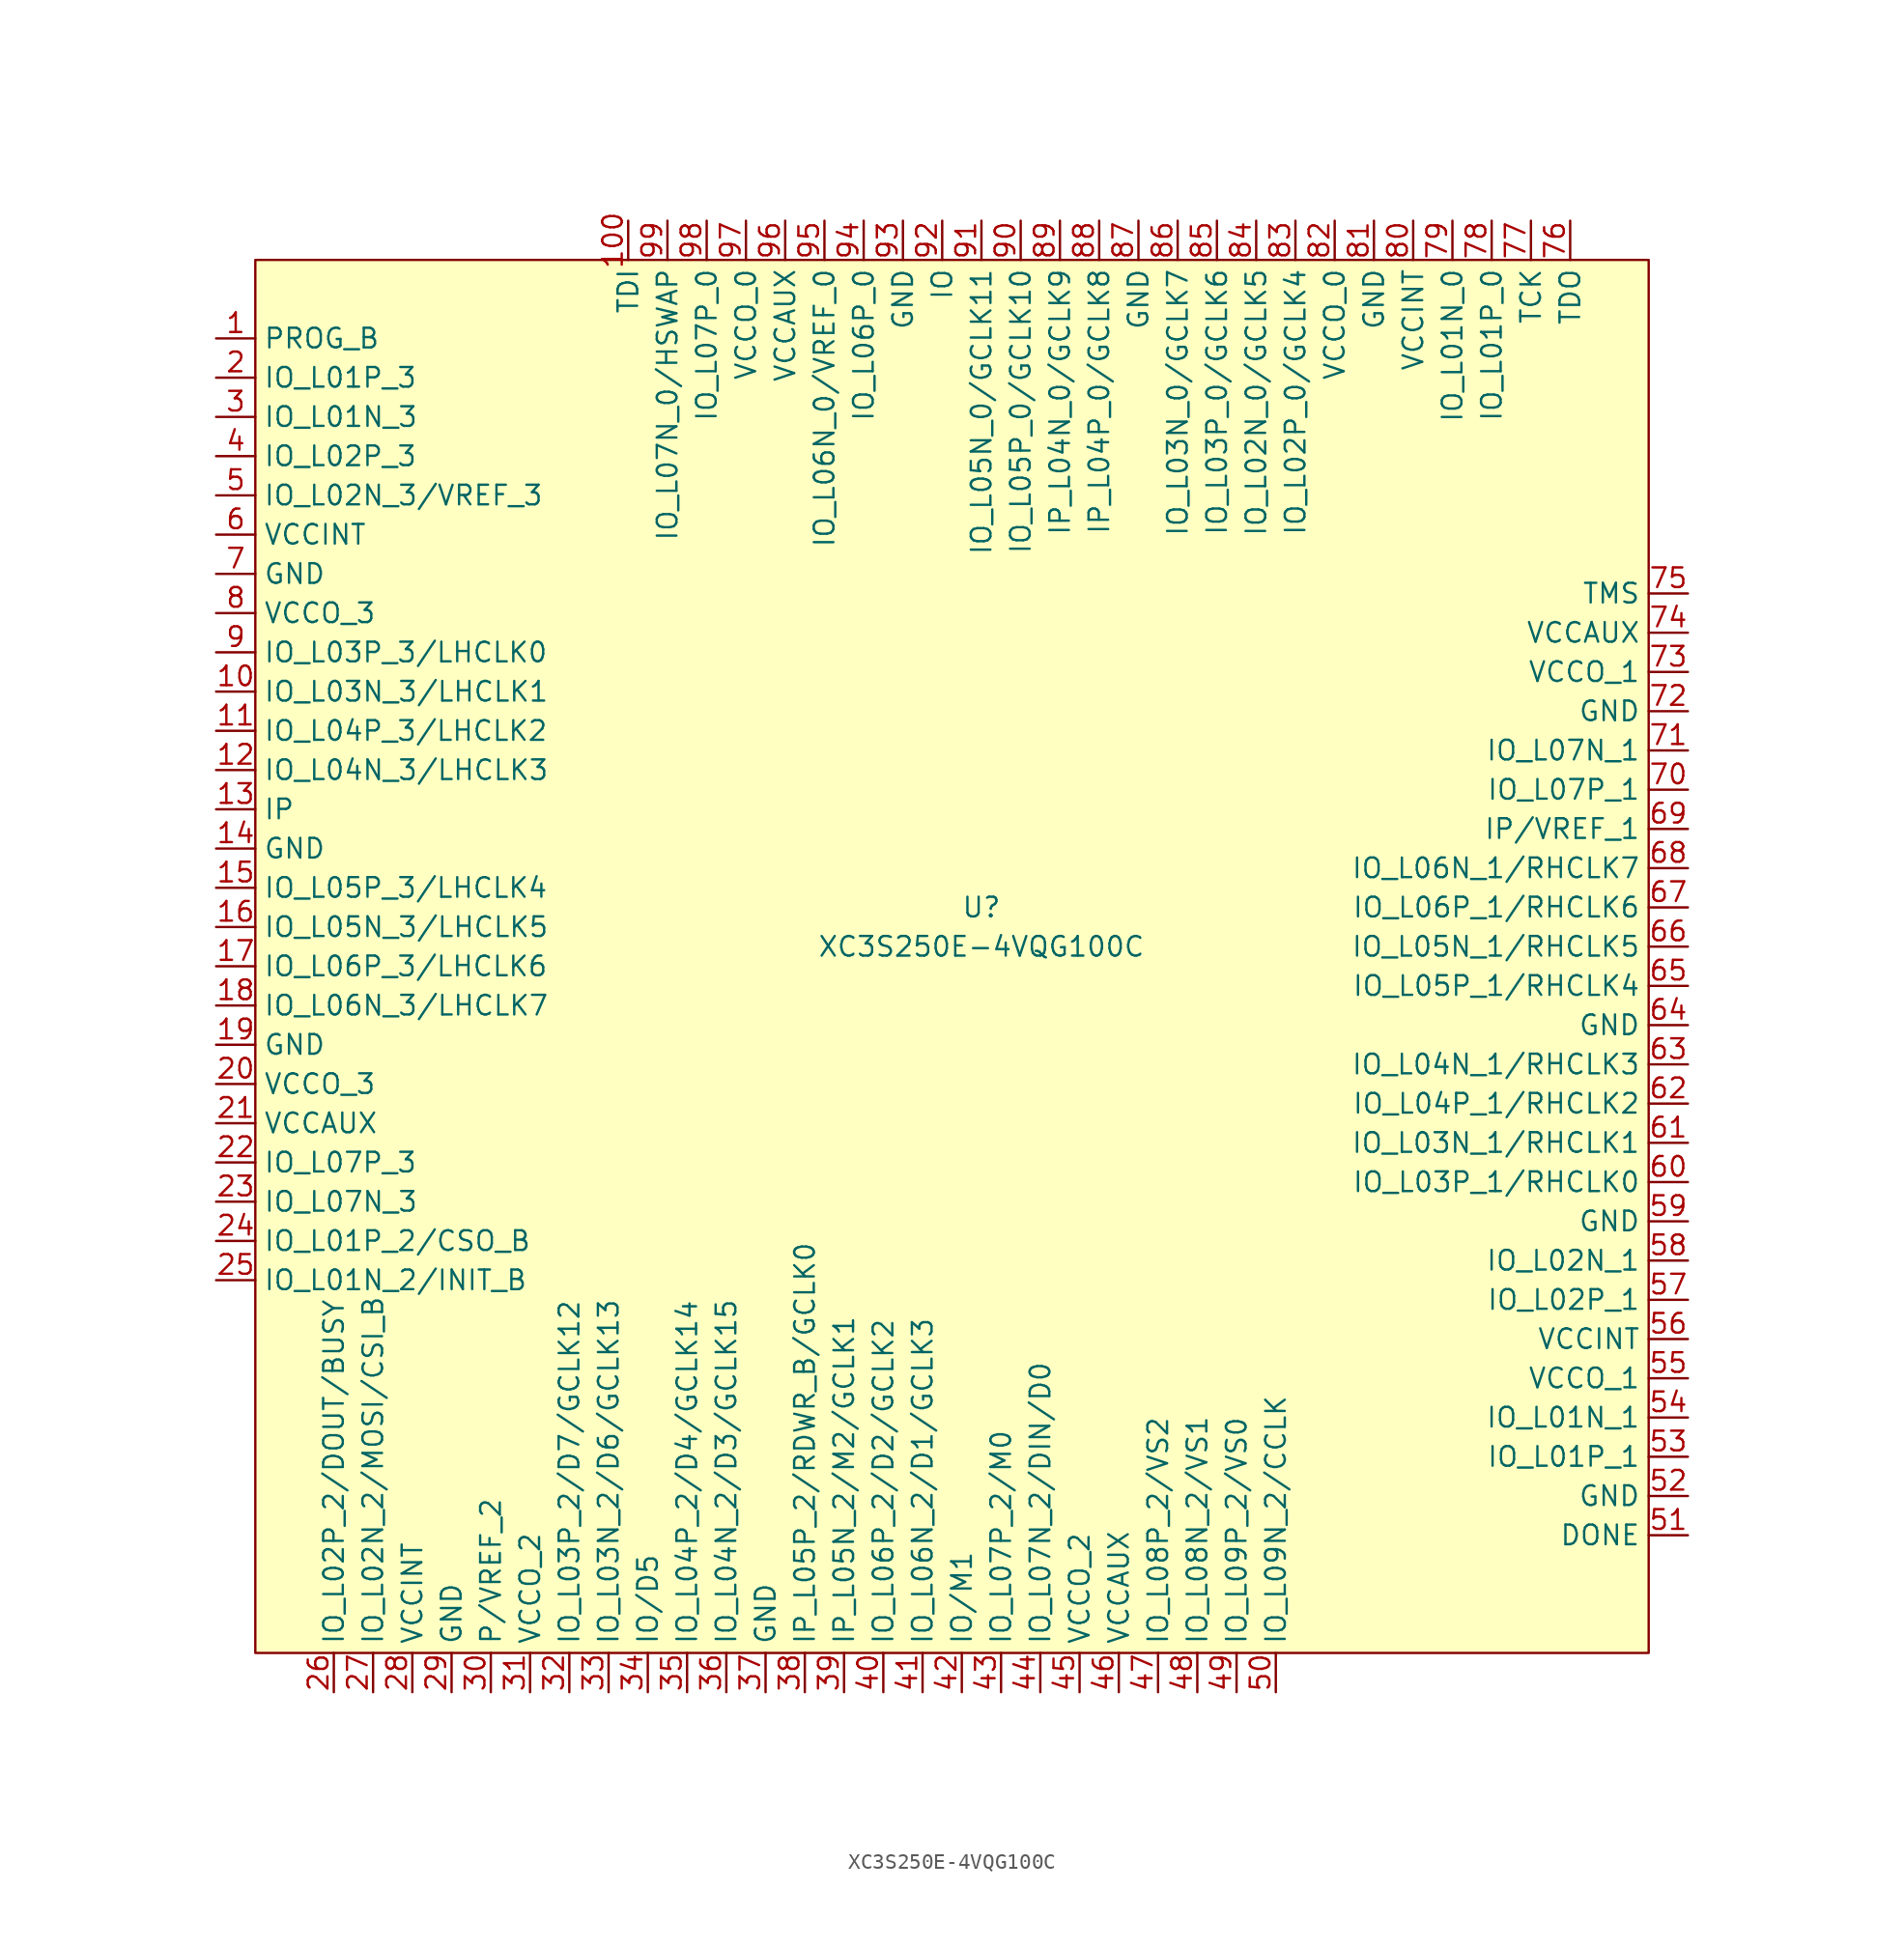
<source format=kicad_sym>
(kicad_symbol_lib
  (version 20211014)
  (generator kicad_symbol_editor)
  (symbol "XC3S250E-4VQG100C"
    (property "Reference" "U"
      (at 0 2.54 0)
      (effects (font (size 1.27 1.27))))
    (property "Value" "XC3S250E-4VQG100C"
      (at 0 0 0)
      (effects (font (size 1.27 1.27))))
    (symbol "XC3S250E-4VQG100C_0_1"
      (rectangle (start -46.99 44.45) (end 43.18 -45.72) (stroke (width 0.152) (type default) (color 0 0 0 0)) (fill (type background))))
    (symbol "XC3S250E-4VQG100C_1_1"
      (pin input line (at -49.53 39.37 0) (length 2.54) (name "PROG_B" (effects (font (size 1.27 1.27)))) (number "1" (effects (font (size 1.27 1.27)))))
      (pin bidirectional line (at -49.53 16.51 0) (length 2.54) (name "IO_L03N_3/LHCLK1" (effects (font (size 1.27 1.27)))) (number "10" (effects (font (size 1.27 1.27)))))
      (pin input line (at -22.86 46.99 270) (length 2.54) (name "TDI" (effects (font (size 1.27 1.27)))) (number "100" (effects (font (size 1.27 1.27)))))
      (pin bidirectional line (at -49.53 13.97 0) (length 2.54) (name "IO_L04P_3/LHCLK2" (effects (font (size 1.27 1.27)))) (number "11" (effects (font (size 1.27 1.27)))))
      (pin bidirectional line (at -49.53 11.43 0) (length 2.54) (name "IO_L04N_3/LHCLK3" (effects (font (size 1.27 1.27)))) (number "12" (effects (font (size 1.27 1.27)))))
      (pin input line (at -49.53 8.89 0) (length 2.54) (name "IP" (effects (font (size 1.27 1.27)))) (number "13" (effects (font (size 1.27 1.27)))))
      (pin power_in line (at -49.53 6.35 0) (length 2.54) (name "GND" (effects (font (size 1.27 1.27)))) (number "14" (effects (font (size 1.27 1.27)))))
      (pin bidirectional line (at -49.53 3.81 0) (length 2.54) (name "IO_L05P_3/LHCLK4" (effects (font (size 1.27 1.27)))) (number "15" (effects (font (size 1.27 1.27)))))
      (pin bidirectional line (at -49.53 1.27 0) (length 2.54) (name "IO_L05N_3/LHCLK5" (effects (font (size 1.27 1.27)))) (number "16" (effects (font (size 1.27 1.27)))))
      (pin bidirectional line (at -49.53 -1.27 0) (length 2.54) (name "IO_L06P_3/LHCLK6" (effects (font (size 1.27 1.27)))) (number "17" (effects (font (size 1.27 1.27)))))
      (pin bidirectional line (at -49.53 -3.81 0) (length 2.54) (name "IO_L06N_3/LHCLK7" (effects (font (size 1.27 1.27)))) (number "18" (effects (font (size 1.27 1.27)))))
      (pin power_in line (at -49.53 -6.35 0) (length 2.54) (name "GND" (effects (font (size 1.27 1.27)))) (number "19" (effects (font (size 1.27 1.27)))))
      (pin bidirectional line (at -49.53 36.83 0) (length 2.54) (name "IO_L01P_3" (effects (font (size 1.27 1.27)))) (number "2" (effects (font (size 1.27 1.27)))))
      (pin power_out line (at -49.53 -8.89 0) (length 2.54) (name "VCCO_3" (effects (font (size 1.27 1.27)))) (number "20" (effects (font (size 1.27 1.27)))))
      (pin power_in line (at -49.53 -11.43 0) (length 2.54) (name "VCCAUX" (effects (font (size 1.27 1.27)))) (number "21" (effects (font (size 1.27 1.27)))))
      (pin bidirectional line (at -49.53 -13.97 0) (length 2.54) (name "IO_L07P_3" (effects (font (size 1.27 1.27)))) (number "22" (effects (font (size 1.27 1.27)))))
      (pin bidirectional line (at -49.53 -16.51 0) (length 2.54) (name "IO_L07N_3" (effects (font (size 1.27 1.27)))) (number "23" (effects (font (size 1.27 1.27)))))
      (pin bidirectional line (at -49.53 -19.05 0) (length 2.54) (name "IO_L01P_2/CSO_B" (effects (font (size 1.27 1.27)))) (number "24" (effects (font (size 1.27 1.27)))))
      (pin bidirectional line (at -49.53 -21.59 0) (length 2.54) (name "IO_L01N_2/INIT_B" (effects (font (size 1.27 1.27)))) (number "25" (effects (font (size 1.27 1.27)))))
      (pin bidirectional line (at -41.91 -48.26 90) (length 2.54) (name "IO_L02P_2/DOUT/BUSY" (effects (font (size 1.27 1.27)))) (number "26" (effects (font (size 1.27 1.27)))))
      (pin bidirectional line (at -39.37 -48.26 90) (length 2.54) (name "IO_L02N_2/MOSI/CSI_B" (effects (font (size 1.27 1.27)))) (number "27" (effects (font (size 1.27 1.27)))))
      (pin power_in line (at -36.83 -48.26 90) (length 2.54) (name "VCCINT" (effects (font (size 1.27 1.27)))) (number "28" (effects (font (size 1.27 1.27)))))
      (pin power_in line (at -34.29 -48.26 90) (length 2.54) (name "GND" (effects (font (size 1.27 1.27)))) (number "29" (effects (font (size 1.27 1.27)))))
      (pin bidirectional line (at -49.53 34.29 0) (length 2.54) (name "IO_L01N_3" (effects (font (size 1.27 1.27)))) (number "3" (effects (font (size 1.27 1.27)))))
      (pin bidirectional line (at -31.75 -48.26 90) (length 2.54) (name "P/VREF_2" (effects (font (size 1.27 1.27)))) (number "30" (effects (font (size 1.27 1.27)))))
      (pin power_out line (at -29.21 -48.26 90) (length 2.54) (name "VCCO_2" (effects (font (size 1.27 1.27)))) (number "31" (effects (font (size 1.27 1.27)))))
      (pin bidirectional line (at -26.67 -48.26 90) (length 2.54) (name "IO_L03P_2/D7/GCLK12" (effects (font (size 1.27 1.27)))) (number "32" (effects (font (size 1.27 1.27)))))
      (pin bidirectional line (at -24.13 -48.26 90) (length 2.54) (name "IO_L03N_2/D6/GCLK13" (effects (font (size 1.27 1.27)))) (number "33" (effects (font (size 1.27 1.27)))))
      (pin bidirectional line (at -21.59 -48.26 90) (length 2.54) (name "IO/D5" (effects (font (size 1.27 1.27)))) (number "34" (effects (font (size 1.27 1.27)))))
      (pin bidirectional line (at -19.05 -48.26 90) (length 2.54) (name "IO_L04P_2/D4/GCLK14" (effects (font (size 1.27 1.27)))) (number "35" (effects (font (size 1.27 1.27)))))
      (pin bidirectional line (at -16.51 -48.26 90) (length 2.54) (name "IO_L04N_2/D3/GCLK15" (effects (font (size 1.27 1.27)))) (number "36" (effects (font (size 1.27 1.27)))))
      (pin power_in line (at -13.97 -48.26 90) (length 2.54) (name "GND" (effects (font (size 1.27 1.27)))) (number "37" (effects (font (size 1.27 1.27)))))
      (pin bidirectional line (at -11.43 -48.26 90) (length 2.54) (name "IP_L05P_2/RDWR_B/GCLK0" (effects (font (size 1.27 1.27)))) (number "38" (effects (font (size 1.27 1.27)))))
      (pin bidirectional line (at -8.89 -48.26 90) (length 2.54) (name "IP_L05N_2/M2/GCLK1" (effects (font (size 1.27 1.27)))) (number "39" (effects (font (size 1.27 1.27)))))
      (pin bidirectional line (at -49.53 31.75 0) (length 2.54) (name "IO_L02P_3" (effects (font (size 1.27 1.27)))) (number "4" (effects (font (size 1.27 1.27)))))
      (pin bidirectional line (at -6.35 -48.26 90) (length 2.54) (name "IO_L06P_2/D2/GCLK2" (effects (font (size 1.27 1.27)))) (number "40" (effects (font (size 1.27 1.27)))))
      (pin bidirectional line (at -3.81 -48.26 90) (length 2.54) (name "IO_L06N_2/D1/GCLK3" (effects (font (size 1.27 1.27)))) (number "41" (effects (font (size 1.27 1.27)))))
      (pin bidirectional line (at -1.27 -48.26 90) (length 2.54) (name "IO/M1" (effects (font (size 1.27 1.27)))) (number "42" (effects (font (size 1.27 1.27)))))
      (pin bidirectional line (at 1.27 -48.26 90) (length 2.54) (name "IO_L07P_2/M0" (effects (font (size 1.27 1.27)))) (number "43" (effects (font (size 1.27 1.27)))))
      (pin bidirectional line (at 3.81 -48.26 90) (length 2.54) (name "IO_L07N_2/DIN/D0" (effects (font (size 1.27 1.27)))) (number "44" (effects (font (size 1.27 1.27)))))
      (pin power_out line (at 6.35 -48.26 90) (length 2.54) (name "VCCO_2" (effects (font (size 1.27 1.27)))) (number "45" (effects (font (size 1.27 1.27)))))
      (pin power_in line (at 8.89 -48.26 90) (length 2.54) (name "VCCAUX" (effects (font (size 1.27 1.27)))) (number "46" (effects (font (size 1.27 1.27)))))
      (pin bidirectional line (at 11.43 -48.26 90) (length 2.54) (name "IO_L08P_2/VS2" (effects (font (size 1.27 1.27)))) (number "47" (effects (font (size 1.27 1.27)))))
      (pin bidirectional line (at 13.97 -48.26 90) (length 2.54) (name "IO_L08N_2/VS1" (effects (font (size 1.27 1.27)))) (number "48" (effects (font (size 1.27 1.27)))))
      (pin bidirectional line (at 16.51 -48.26 90) (length 2.54) (name "IO_L09P_2/VS0" (effects (font (size 1.27 1.27)))) (number "49" (effects (font (size 1.27 1.27)))))
      (pin bidirectional line (at -49.53 29.21 0) (length 2.54) (name "IO_L02N_3/VREF_3" (effects (font (size 1.27 1.27)))) (number "5" (effects (font (size 1.27 1.27)))))
      (pin bidirectional line (at 19.05 -48.26 90) (length 2.54) (name "IO_L09N_2/CCLK" (effects (font (size 1.27 1.27)))) (number "50" (effects (font (size 1.27 1.27)))))
      (pin bidirectional line (at 45.72 -38.1 180) (length 2.54) (name "DONE" (effects (font (size 1.27 1.27)))) (number "51" (effects (font (size 1.27 1.27)))))
      (pin power_in line (at 45.72 -35.56 180) (length 2.54) (name "GND" (effects (font (size 1.27 1.27)))) (number "52" (effects (font (size 1.27 1.27)))))
      (pin bidirectional line (at 45.72 -33.02 180) (length 2.54) (name "IO_L01P_1" (effects (font (size 1.27 1.27)))) (number "53" (effects (font (size 1.27 1.27)))))
      (pin bidirectional line (at 45.72 -30.48 180) (length 2.54) (name "IO_L01N_1" (effects (font (size 1.27 1.27)))) (number "54" (effects (font (size 1.27 1.27)))))
      (pin power_out line (at 45.72 -27.94 180) (length 2.54) (name "VCCO_1" (effects (font (size 1.27 1.27)))) (number "55" (effects (font (size 1.27 1.27)))))
      (pin power_in line (at 45.72 -25.4 180) (length 2.54) (name "VCCINT" (effects (font (size 1.27 1.27)))) (number "56" (effects (font (size 1.27 1.27)))))
      (pin bidirectional line (at 45.72 -22.86 180) (length 2.54) (name "IO_L02P_1" (effects (font (size 1.27 1.27)))) (number "57" (effects (font (size 1.27 1.27)))))
      (pin bidirectional line (at 45.72 -20.32 180) (length 2.54) (name "IO_L02N_1" (effects (font (size 1.27 1.27)))) (number "58" (effects (font (size 1.27 1.27)))))
      (pin power_in line (at 45.72 -17.78 180) (length 2.54) (name "GND" (effects (font (size 1.27 1.27)))) (number "59" (effects (font (size 1.27 1.27)))))
      (pin power_in line (at -49.53 26.67 0) (length 2.54) (name "VCCINT" (effects (font (size 1.27 1.27)))) (number "6" (effects (font (size 1.27 1.27)))))
      (pin bidirectional line (at 45.72 -15.24 180) (length 2.54) (name "IO_L03P_1/RHCLK0" (effects (font (size 1.27 1.27)))) (number "60" (effects (font (size 1.27 1.27)))))
      (pin bidirectional line (at 45.72 -12.7 180) (length 2.54) (name "IO_L03N_1/RHCLK1" (effects (font (size 1.27 1.27)))) (number "61" (effects (font (size 1.27 1.27)))))
      (pin bidirectional line (at 45.72 -10.16 180) (length 2.54) (name "IO_L04P_1/RHCLK2" (effects (font (size 1.27 1.27)))) (number "62" (effects (font (size 1.27 1.27)))))
      (pin bidirectional line (at 45.72 -7.62 180) (length 2.54) (name "IO_L04N_1/RHCLK3" (effects (font (size 1.27 1.27)))) (number "63" (effects (font (size 1.27 1.27)))))
      (pin power_in line (at 45.72 -5.08 180) (length 2.54) (name "GND" (effects (font (size 1.27 1.27)))) (number "64" (effects (font (size 1.27 1.27)))))
      (pin bidirectional line (at 45.72 -2.54 180) (length 2.54) (name "IO_L05P_1/RHCLK4" (effects (font (size 1.27 1.27)))) (number "65" (effects (font (size 1.27 1.27)))))
      (pin bidirectional line (at 45.72 0 180) (length 2.54) (name "IO_L05N_1/RHCLK5" (effects (font (size 1.27 1.27)))) (number "66" (effects (font (size 1.27 1.27)))))
      (pin bidirectional line (at 45.72 2.54 180) (length 2.54) (name "IO_L06P_1/RHCLK6" (effects (font (size 1.27 1.27)))) (number "67" (effects (font (size 1.27 1.27)))))
      (pin bidirectional line (at 45.72 5.08 180) (length 2.54) (name "IO_L06N_1/RHCLK7" (effects (font (size 1.27 1.27)))) (number "68" (effects (font (size 1.27 1.27)))))
      (pin bidirectional line (at 45.72 7.62 180) (length 2.54) (name "IP/VREF_1" (effects (font (size 1.27 1.27)))) (number "69" (effects (font (size 1.27 1.27)))))
      (pin power_in line (at -49.53 24.13 0) (length 2.54) (name "GND" (effects (font (size 1.27 1.27)))) (number "7" (effects (font (size 1.27 1.27)))))
      (pin bidirectional line (at 45.72 10.16 180) (length 2.54) (name "IO_L07P_1" (effects (font (size 1.27 1.27)))) (number "70" (effects (font (size 1.27 1.27)))))
      (pin bidirectional line (at 45.72 12.7 180) (length 2.54) (name "IO_L07N_1" (effects (font (size 1.27 1.27)))) (number "71" (effects (font (size 1.27 1.27)))))
      (pin power_in line (at 45.72 15.24 180) (length 2.54) (name "GND" (effects (font (size 1.27 1.27)))) (number "72" (effects (font (size 1.27 1.27)))))
      (pin power_out line (at 45.72 17.78 180) (length 2.54) (name "VCCO_1" (effects (font (size 1.27 1.27)))) (number "73" (effects (font (size 1.27 1.27)))))
      (pin power_in line (at 45.72 20.32 180) (length 2.54) (name "VCCAUX" (effects (font (size 1.27 1.27)))) (number "74" (effects (font (size 1.27 1.27)))))
      (pin bidirectional line (at 45.72 22.86 180) (length 2.54) (name "TMS" (effects (font (size 1.27 1.27)))) (number "75" (effects (font (size 1.27 1.27)))))
      (pin input line (at 38.1 46.99 270) (length 2.54) (name "TDO" (effects (font (size 1.27 1.27)))) (number "76" (effects (font (size 1.27 1.27)))))
      (pin input line (at 35.56 46.99 270) (length 2.54) (name "TCK" (effects (font (size 1.27 1.27)))) (number "77" (effects (font (size 1.27 1.27)))))
      (pin input line (at 33.02 46.99 270) (length 2.54) (name "IO_L01P_0" (effects (font (size 1.27 1.27)))) (number "78" (effects (font (size 1.27 1.27)))))
      (pin input line (at 30.48 46.99 270) (length 2.54) (name "IO_L01N_0" (effects (font (size 1.27 1.27)))) (number "79" (effects (font (size 1.27 1.27)))))
      (pin power_out line (at -49.53 21.59 0) (length 2.54) (name "VCCO_3" (effects (font (size 1.27 1.27)))) (number "8" (effects (font (size 1.27 1.27)))))
      (pin input line (at 27.94 46.99 270) (length 2.54) (name "VCCINT" (effects (font (size 1.27 1.27)))) (number "80" (effects (font (size 1.27 1.27)))))
      (pin input line (at 25.4 46.99 270) (length 2.54) (name "GND" (effects (font (size 1.27 1.27)))) (number "81" (effects (font (size 1.27 1.27)))))
      (pin input line (at 22.86 46.99 270) (length 2.54) (name "VCCO_0" (effects (font (size 1.27 1.27)))) (number "82" (effects (font (size 1.27 1.27)))))
      (pin input line (at 20.32 46.99 270) (length 2.54) (name "IO_L02P_0/GCLK4" (effects (font (size 1.27 1.27)))) (number "83" (effects (font (size 1.27 1.27)))))
      (pin input line (at 17.78 46.99 270) (length 2.54) (name "IO_L02N_0/GCLK5" (effects (font (size 1.27 1.27)))) (number "84" (effects (font (size 1.27 1.27)))))
      (pin input line (at 15.24 46.99 270) (length 2.54) (name "IO_L03P_0/GCLK6" (effects (font (size 1.27 1.27)))) (number "85" (effects (font (size 1.27 1.27)))))
      (pin input line (at 12.7 46.99 270) (length 2.54) (name "IO_L03N_0/GCLK7" (effects (font (size 1.27 1.27)))) (number "86" (effects (font (size 1.27 1.27)))))
      (pin input line (at 10.16 46.99 270) (length 2.54) (name "GND" (effects (font (size 1.27 1.27)))) (number "87" (effects (font (size 1.27 1.27)))))
      (pin input line (at 7.62 46.99 270) (length 2.54) (name "IP_L04P_0/GCLK8" (effects (font (size 1.27 1.27)))) (number "88" (effects (font (size 1.27 1.27)))))
      (pin input line (at 5.08 46.99 270) (length 2.54) (name "IP_L04N_0/GCLK9" (effects (font (size 1.27 1.27)))) (number "89" (effects (font (size 1.27 1.27)))))
      (pin bidirectional line (at -49.53 19.05 0) (length 2.54) (name "IO_L03P_3/LHCLK0" (effects (font (size 1.27 1.27)))) (number "9" (effects (font (size 1.27 1.27)))))
      (pin input line (at 2.54 46.99 270) (length 2.54) (name "IO_L05P_0/GCLK10" (effects (font (size 1.27 1.27)))) (number "90" (effects (font (size 1.27 1.27)))))
      (pin input line (at 0 46.99 270) (length 2.54) (name "IO_L05N_0/GCLK11" (effects (font (size 1.27 1.27)))) (number "91" (effects (font (size 1.27 1.27)))))
      (pin input line (at -2.54 46.99 270) (length 2.54) (name "IO" (effects (font (size 1.27 1.27)))) (number "92" (effects (font (size 1.27 1.27)))))
      (pin input line (at -5.08 46.99 270) (length 2.54) (name "GND" (effects (font (size 1.27 1.27)))) (number "93" (effects (font (size 1.27 1.27)))))
      (pin input line (at -7.62 46.99 270) (length 2.54) (name "IO_L06P_0" (effects (font (size 1.27 1.27)))) (number "94" (effects (font (size 1.27 1.27)))))
      (pin input line (at -10.16 46.99 270) (length 2.54) (name "IO_L06N_0/VREF_0" (effects (font (size 1.27 1.27)))) (number "95" (effects (font (size 1.27 1.27)))))
      (pin input line (at -12.7 46.99 270) (length 2.54) (name "VCCAUX" (effects (font (size 1.27 1.27)))) (number "96" (effects (font (size 1.27 1.27)))))
      (pin input line (at -15.24 46.99 270) (length 2.54) (name "VCCO_0" (effects (font (size 1.27 1.27)))) (number "97" (effects (font (size 1.27 1.27)))))
      (pin input line (at -17.78 46.99 270) (length 2.54) (name "IO_L07P_0" (effects (font (size 1.27 1.27)))) (number "98" (effects (font (size 1.27 1.27)))))
      (pin input line (at -20.32 46.99 270) (length 2.54) (name "IO_L07N_0/HSWAP" (effects (font (size 1.27 1.27)))) (number "99" (effects (font (size 1.27 1.27))))))))
</source>
